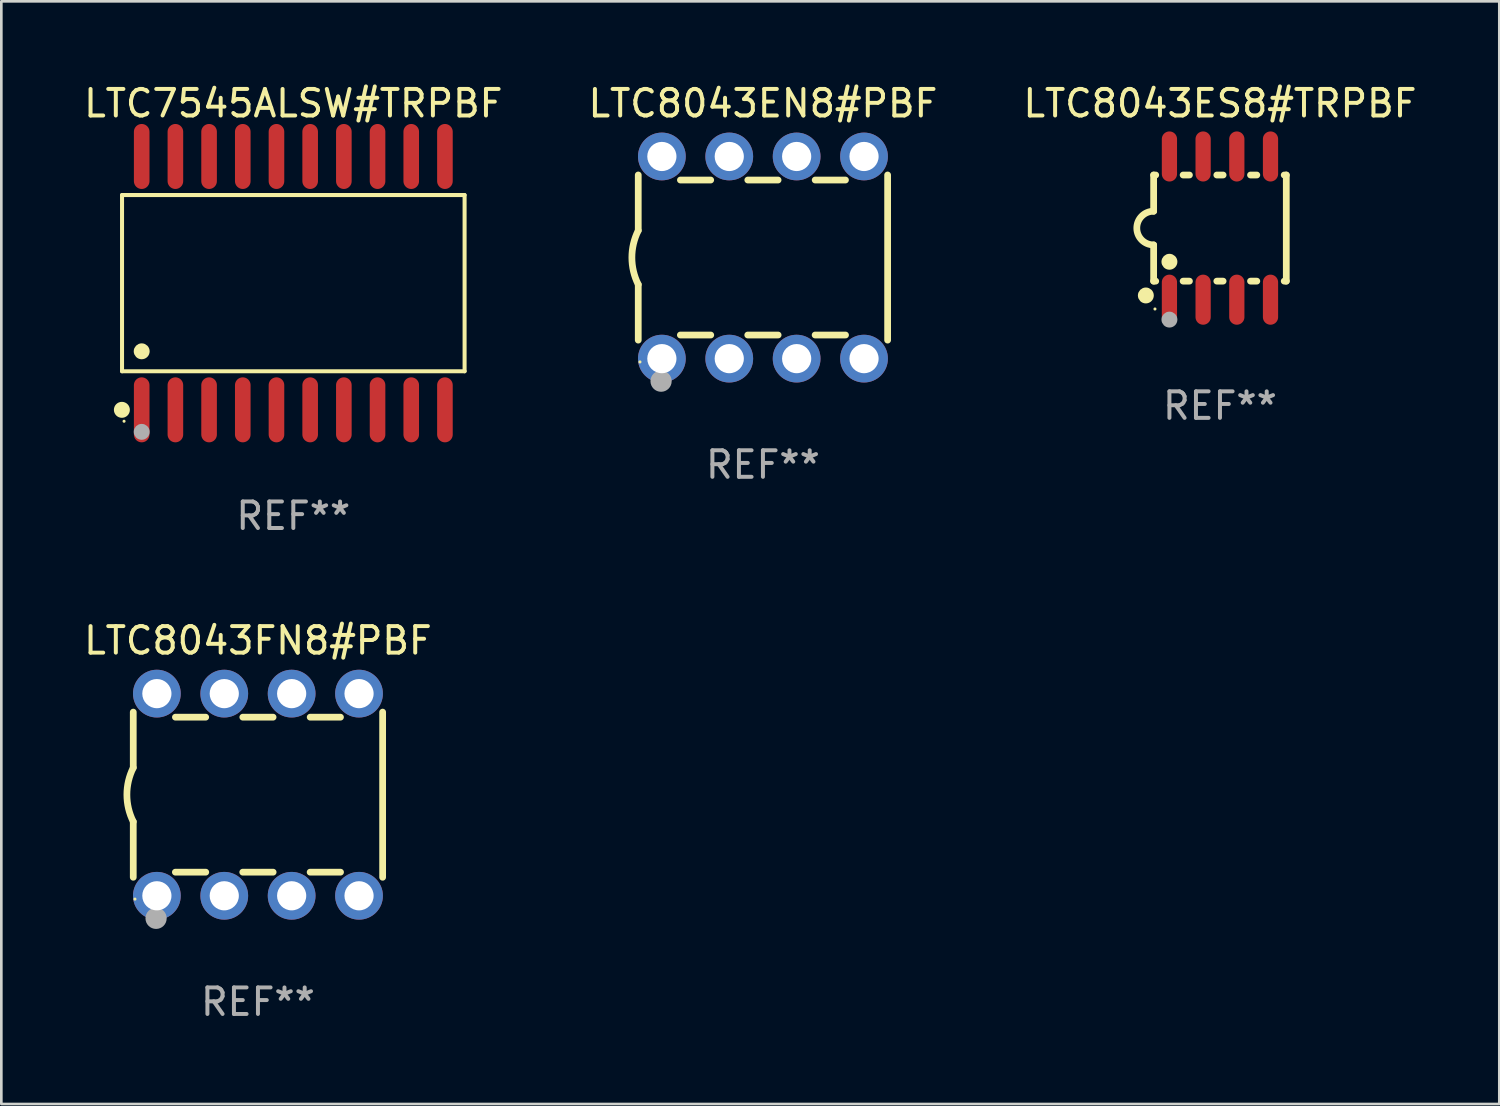
<source format=kicad_pcb>
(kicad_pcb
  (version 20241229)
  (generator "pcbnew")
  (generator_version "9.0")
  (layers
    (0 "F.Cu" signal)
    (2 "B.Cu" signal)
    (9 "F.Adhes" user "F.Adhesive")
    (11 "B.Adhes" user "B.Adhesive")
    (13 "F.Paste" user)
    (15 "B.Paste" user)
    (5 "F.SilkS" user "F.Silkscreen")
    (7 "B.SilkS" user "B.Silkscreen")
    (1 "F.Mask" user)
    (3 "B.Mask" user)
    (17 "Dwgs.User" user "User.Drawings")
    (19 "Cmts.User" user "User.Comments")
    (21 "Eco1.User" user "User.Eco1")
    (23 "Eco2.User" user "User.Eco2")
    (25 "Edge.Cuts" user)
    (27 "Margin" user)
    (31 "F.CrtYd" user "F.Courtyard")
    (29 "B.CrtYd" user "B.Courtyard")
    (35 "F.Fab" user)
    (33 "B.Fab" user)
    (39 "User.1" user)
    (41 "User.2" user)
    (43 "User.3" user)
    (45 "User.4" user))
  (footprint "LTC7545ALSW#TRPBF"
    (layer "F.Cu")
    (at 8.006 7.623)
    (property "Reference" "LTC7545ALSW#TRPBF" (at 0 -6.775 0) (layer "F.SilkS") (effects (font (size 1 1) (thickness 0.15))))
    (attr through_hole)
    (fp_line (start -6.456 -3.321) (end 6.456 -3.321) (stroke (width 0.152) (type solid)) (layer "F.SilkS"))
    (fp_line (start -6.456 3.321) (end -6.456 -3.321) (stroke (width 0.152) (type solid)) (layer "F.SilkS"))
    (fp_line (start 6.456 -3.321) (end 6.456 3.321) (stroke (width 0.152) (type solid)) (layer "F.SilkS"))
    (fp_line (start 6.456 3.321) (end -6.456 3.321) (stroke (width 0.152) (type solid)) (layer "F.SilkS"))
    (fp_circle (center -6.462 4.775) (end -6.311 4.775) (stroke (width 0.3) (type solid)) (fill no) (layer "F.SilkS"))
    (fp_circle (center -6.38 5.205) (end -6.35 5.205) (stroke (width 0.06) (type solid)) (fill no) (layer "F.SilkS"))
    (fp_circle (center -5.715 2.569) (end -5.565 2.569) (stroke (width 0.3) (type solid)) (fill no) (layer "F.SilkS"))
    (fp_circle (center -5.715 5.605) (end -5.565 5.605) (stroke (width 0.3) (type solid)) (fill no) (layer "F.Fab"))
    (fp_text user "REF**" (at 0 8.775 0) (layer "F.Fab") (effects (font (size 1 1) (thickness 0.15))))
    (pad "1" smd oval (at -5.715 4.775) (size 0.588 2.45) (layers "F.Cu" "F.Mask" "F.Paste"))
    (pad "2" smd oval (at -4.445 4.775) (size 0.588 2.45) (layers "F.Cu" "F.Mask" "F.Paste"))
    (pad "3" smd oval (at -3.175 4.775) (size 0.588 2.45) (layers "F.Cu" "F.Mask" "F.Paste"))
    (pad "4" smd oval (at -1.905 4.775) (size 0.588 2.45) (layers "F.Cu" "F.Mask" "F.Paste"))
    (pad "5" smd oval (at -0.635 4.775) (size 0.588 2.45) (layers "F.Cu" "F.Mask" "F.Paste"))
    (pad "6" smd oval (at 0.635 4.775) (size 0.588 2.45) (layers "F.Cu" "F.Mask" "F.Paste"))
    (pad "7" smd oval (at 1.905 4.775) (size 0.588 2.45) (layers "F.Cu" "F.Mask" "F.Paste"))
    (pad "8" smd oval (at 3.175 4.775) (size 0.588 2.45) (layers "F.Cu" "F.Mask" "F.Paste"))
    (pad "9" smd oval (at 4.445 4.775) (size 0.588 2.45) (layers "F.Cu" "F.Mask" "F.Paste"))
    (pad "10" smd oval (at 5.715 4.775) (size 0.588 2.45) (layers "F.Cu" "F.Mask" "F.Paste"))
    (pad "11" smd oval (at 5.715 -4.775) (size 0.588 2.45) (layers "F.Cu" "F.Mask" "F.Paste"))
    (pad "12" smd oval (at 4.445 -4.775) (size 0.588 2.45) (layers "F.Cu" "F.Mask" "F.Paste"))
    (pad "13" smd oval (at 3.175 -4.775) (size 0.588 2.45) (layers "F.Cu" "F.Mask" "F.Paste"))
    (pad "14" smd oval (at 1.905 -4.775) (size 0.588 2.45) (layers "F.Cu" "F.Mask" "F.Paste"))
    (pad "15" smd oval (at 0.635 -4.775) (size 0.588 2.45) (layers "F.Cu" "F.Mask" "F.Paste"))
    (pad "16" smd oval (at -0.635 -4.775) (size 0.588 2.45) (layers "F.Cu" "F.Mask" "F.Paste"))
    (pad "17" smd oval (at -1.905 -4.775) (size 0.588 2.45) (layers "F.Cu" "F.Mask" "F.Paste"))
    (pad "18" smd oval (at -3.175 -4.775) (size 0.588 2.45) (layers "F.Cu" "F.Mask" "F.Paste"))
    (pad "19" smd oval (at -4.445 -4.775) (size 0.588 2.45) (layers "F.Cu" "F.Mask" "F.Paste"))
    (pad "20" smd oval (at -5.715 -4.775) (size 0.588 2.45) (layers "F.Cu" "F.Mask" "F.Paste")))
  (footprint "LTC8043FN8#PBF"
    (layer "F.Cu")
    (at 6.673 26.905)
    (property "Reference" "LTC8043FN8#PBF" (at 0 -5.81 0) (layer "F.SilkS") (effects (font (size 1 1) (thickness 0.15))))
    (attr through_hole)
    (fp_line (start -4.7 -1.017) (end -4.7 -3.113) (stroke (width 0.254) (type solid)) (layer "F.SilkS"))
    (fp_line (start -4.7 1.015) (end -4.7 3.113) (stroke (width 0.254) (type solid)) (layer "F.SilkS"))
    (fp_line (start -3.113 2.92) (end -1.967 2.92) (stroke (width 0.254) (type solid)) (layer "F.SilkS"))
    (fp_line (start -3.111 -2.922) (end -1.969 -2.922) (stroke (width 0.254) (type solid)) (layer "F.SilkS"))
    (fp_line (start -0.573 2.92) (end 0.573 2.92) (stroke (width 0.254) (type solid)) (layer "F.SilkS"))
    (fp_line (start -0.571 -2.922) (end 0.571 -2.922) (stroke (width 0.254) (type solid)) (layer "F.SilkS"))
    (fp_line (start 1.967 2.92) (end 3.113 2.92) (stroke (width 0.254) (type solid)) (layer "F.SilkS"))
    (fp_line (start 1.969 -2.922) (end 3.111 -2.922) (stroke (width 0.254) (type solid)) (layer "F.SilkS"))
    (fp_line (start 4.7 -3.113) (end 4.7 3.113) (stroke (width 0.254) (type solid)) (layer "F.SilkS"))
    (fp_arc (start -4.7 1.01524) (mid -4.939846 -0.000762) (end -4.7 -1.016764) (stroke (width 0.254001) (type solid)) (layer "F.SilkS"))
    (fp_circle (center -4.636 3.935) (end -4.606 3.935) (stroke (width 0.06) (type solid)) (fill no) (layer "F.SilkS"))
    (fp_circle (center -3.84 4.66) (end -3.64 4.66) (stroke (width 0.4) (type solid)) (fill no) (layer "F.Fab"))
    (fp_text user "REF**" (at 0 7.81 0) (layer "F.Fab") (effects (font (size 1 1) (thickness 0.15))))
    (pad "1" thru_hole circle (at -3.81 3.81) (size 1.8 1.8) (drill 1.1) (layers "*.Cu" "*.Mask"))
    (pad "2" thru_hole circle (at -1.27 3.81) (size 1.8 1.8) (drill 1.1) (layers "*.Cu" "*.Mask"))
    (pad "3" thru_hole circle (at 1.27 3.81) (size 1.8 1.8) (drill 1.1) (layers "*.Cu" "*.Mask"))
    (pad "4" thru_hole circle (at 3.81 3.81) (size 1.8 1.8) (drill 1.1) (layers "*.Cu" "*.Mask"))
    (pad "5" thru_hole circle (at 3.81 -3.81) (size 1.8 1.8) (drill 1.1) (layers "*.Cu" "*.Mask"))
    (pad "6" thru_hole circle (at 1.27 -3.81) (size 1.8 1.8) (drill 1.1) (layers "*.Cu" "*.Mask"))
    (pad "7" thru_hole circle (at -1.27 -3.81) (size 1.8 1.8) (drill 1.1) (layers "*.Cu" "*.Mask"))
    (pad "8" thru_hole circle (at -3.81 -3.81) (size 1.8 1.8) (drill 1.1) (layers "*.Cu" "*.Mask")))
  (footprint "LTC8043ES8#TRPBF"
    (layer "F.Cu")
    (at 42.935 5.547)
    (property "Reference" "LTC8043ES8#TRPBF" (at 0 -4.699 0) (layer "F.SilkS") (effects (font (size 1 1) (thickness 0.15))))
    (attr through_hole)
    (fp_line (start -2.5 -2) (end -2.5 -0.635) (stroke (width 0.254) (type solid)) (layer "F.SilkS"))
    (fp_line (start -2.5 -2) (end -2.421 -2) (stroke (width 0.254) (type solid)) (layer "F.SilkS"))
    (fp_line (start -2.5 2) (end -2.5 0.635) (stroke (width 0.254) (type solid)) (layer "F.SilkS"))
    (fp_line (start -2.5 2) (end -2.421 2) (stroke (width 0.254) (type solid)) (layer "F.SilkS"))
    (fp_line (start -1.389 -2) (end -1.151 -2) (stroke (width 0.254) (type solid)) (layer "F.SilkS"))
    (fp_line (start -1.389 2) (end -1.151 2) (stroke (width 0.254) (type solid)) (layer "F.SilkS"))
    (fp_line (start -0.119 -2) (end 0.119 -2) (stroke (width 0.254) (type solid)) (layer "F.SilkS"))
    (fp_line (start -0.119 2) (end 0.119 2) (stroke (width 0.254) (type solid)) (layer "F.SilkS"))
    (fp_line (start 1.151 -2) (end 1.389 -2) (stroke (width 0.254) (type solid)) (layer "F.SilkS"))
    (fp_line (start 1.151 2) (end 1.389 2) (stroke (width 0.254) (type solid)) (layer "F.SilkS"))
    (fp_line (start 2.421 -2) (end 2.5 -2) (stroke (width 0.254) (type solid)) (layer "F.SilkS"))
    (fp_line (start 2.421 2) (end 2.5 2) (stroke (width 0.254) (type solid)) (layer "F.SilkS"))
    (fp_line (start 2.5 -2) (end 2.5 2) (stroke (width 0.254) (type solid)) (layer "F.SilkS"))
    (fp_arc (start -2.5 0.635001) (mid -3.134366 -0.000318) (end -2.499365 -0.635001) (stroke (width 0.254001) (type solid)) (layer "F.SilkS"))
    (fp_circle (center -2.794 2.54) (end -2.644 2.54) (stroke (width 0.3) (type solid)) (fill no) (layer "F.SilkS"))
    (fp_circle (center -2.45 3.05) (end -2.42 3.05) (stroke (width 0.06) (type solid)) (fill no) (layer "F.SilkS"))
    (fp_circle (center -1.905 1.27) (end -1.755 1.27) (stroke (width 0.3) (type solid)) (fill no) (layer "F.SilkS"))
    (fp_circle (center -1.905 3.45) (end -1.755 3.45) (stroke (width 0.3) (type solid)) (fill no) (layer "F.Fab"))
    (fp_text user "REF**" (at 0 6.699 0) (layer "F.Fab") (effects (font (size 1 1) (thickness 0.15))))
    (pad "1" smd oval (at -1.905 2.699) (size 0.574 1.888) (layers "F.Cu" "F.Mask" "F.Paste"))
    (pad "2" smd oval (at -0.635 2.699) (size 0.574 1.888) (layers "F.Cu" "F.Mask" "F.Paste"))
    (pad "3" smd oval (at 0.635 2.699) (size 0.574 1.888) (layers "F.Cu" "F.Mask" "F.Paste"))
    (pad "4" smd oval (at 1.905 2.699) (size 0.574 1.888) (layers "F.Cu" "F.Mask" "F.Paste"))
    (pad "5" smd oval (at 1.905 -2.699) (size 0.574 1.888) (layers "F.Cu" "F.Mask" "F.Paste"))
    (pad "6" smd oval (at 0.635 -2.699) (size 0.574 1.888) (layers "F.Cu" "F.Mask" "F.Paste"))
    (pad "7" smd oval (at -0.635 -2.699) (size 0.574 1.888) (layers "F.Cu" "F.Mask" "F.Paste"))
    (pad "8" smd oval (at -1.905 -2.699) (size 0.574 1.888) (layers "F.Cu" "F.Mask" "F.Paste")))
  (footprint "LTC8043EN8#PBF"
    (layer "F.Cu")
    (at 25.708 6.658)
    (property "Reference" "LTC8043EN8#PBF" (at 0 -5.81 0) (layer "F.SilkS") (effects (font (size 1 1) (thickness 0.15))))
    (attr through_hole)
    (fp_line (start -4.7 -1.017) (end -4.7 -3.113) (stroke (width 0.254) (type solid)) (layer "F.SilkS"))
    (fp_line (start -4.7 1.015) (end -4.7 3.113) (stroke (width 0.254) (type solid)) (layer "F.SilkS"))
    (fp_line (start -3.113 2.92) (end -1.967 2.92) (stroke (width 0.254) (type solid)) (layer "F.SilkS"))
    (fp_line (start -3.111 -2.922) (end -1.969 -2.922) (stroke (width 0.254) (type solid)) (layer "F.SilkS"))
    (fp_line (start -0.573 2.92) (end 0.573 2.92) (stroke (width 0.254) (type solid)) (layer "F.SilkS"))
    (fp_line (start -0.571 -2.922) (end 0.571 -2.922) (stroke (width 0.254) (type solid)) (layer "F.SilkS"))
    (fp_line (start 1.967 2.92) (end 3.113 2.92) (stroke (width 0.254) (type solid)) (layer "F.SilkS"))
    (fp_line (start 1.969 -2.922) (end 3.111 -2.922) (stroke (width 0.254) (type solid)) (layer "F.SilkS"))
    (fp_line (start 4.7 -3.113) (end 4.7 3.113) (stroke (width 0.254) (type solid)) (layer "F.SilkS"))
    (fp_arc (start -4.7 1.01524) (mid -4.939846 -0.000762) (end -4.7 -1.016764) (stroke (width 0.254001) (type solid)) (layer "F.SilkS"))
    (fp_circle (center -4.636 3.935) (end -4.606 3.935) (stroke (width 0.06) (type solid)) (fill no) (layer "F.SilkS"))
    (fp_circle (center -3.84 4.66) (end -3.64 4.66) (stroke (width 0.4) (type solid)) (fill no) (layer "F.Fab"))
    (fp_text user "REF**" (at 0 7.81 0) (layer "F.Fab") (effects (font (size 1 1) (thickness 0.15))))
    (pad "1" thru_hole circle (at -3.81 3.81) (size 1.8 1.8) (drill 1.1) (layers "*.Cu" "*.Mask"))
    (pad "2" thru_hole circle (at -1.27 3.81) (size 1.8 1.8) (drill 1.1) (layers "*.Cu" "*.Mask"))
    (pad "3" thru_hole circle (at 1.27 3.81) (size 1.8 1.8) (drill 1.1) (layers "*.Cu" "*.Mask"))
    (pad "4" thru_hole circle (at 3.81 3.81) (size 1.8 1.8) (drill 1.1) (layers "*.Cu" "*.Mask"))
    (pad "5" thru_hole circle (at 3.81 -3.81) (size 1.8 1.8) (drill 1.1) (layers "*.Cu" "*.Mask"))
    (pad "6" thru_hole circle (at 1.27 -3.81) (size 1.8 1.8) (drill 1.1) (layers "*.Cu" "*.Mask"))
    (pad "7" thru_hole circle (at -1.27 -3.81) (size 1.8 1.8) (drill 1.1) (layers "*.Cu" "*.Mask"))
    (pad "8" thru_hole circle (at -3.81 -3.81) (size 1.8 1.8) (drill 1.1) (layers "*.Cu" "*.Mask")))
  (gr_rect
    (start -3 -3)
    (end 53.464 38.563)
    (stroke (width 0.1) (type default))
    (fill no)
    (layer "Edge.Cuts")))
</source>
